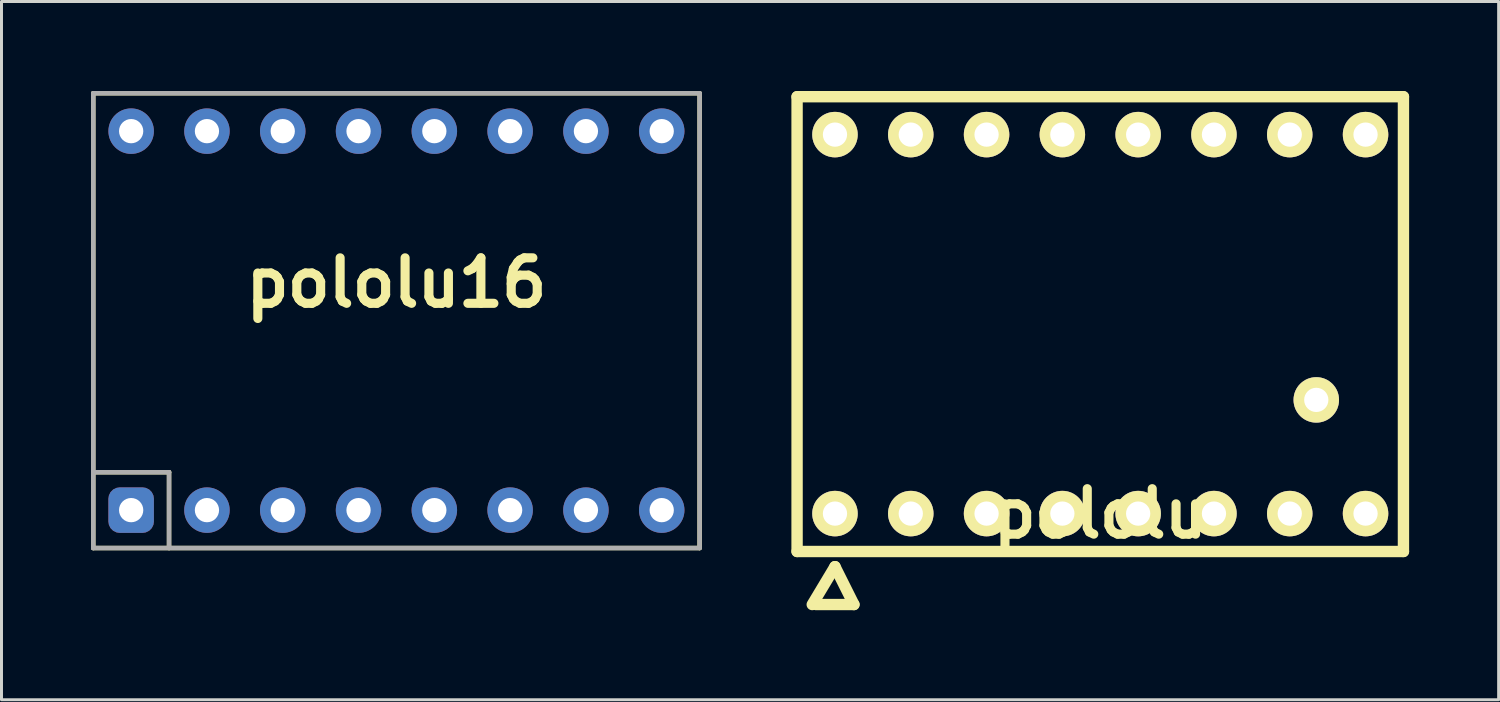
<source format=kicad_pcb>
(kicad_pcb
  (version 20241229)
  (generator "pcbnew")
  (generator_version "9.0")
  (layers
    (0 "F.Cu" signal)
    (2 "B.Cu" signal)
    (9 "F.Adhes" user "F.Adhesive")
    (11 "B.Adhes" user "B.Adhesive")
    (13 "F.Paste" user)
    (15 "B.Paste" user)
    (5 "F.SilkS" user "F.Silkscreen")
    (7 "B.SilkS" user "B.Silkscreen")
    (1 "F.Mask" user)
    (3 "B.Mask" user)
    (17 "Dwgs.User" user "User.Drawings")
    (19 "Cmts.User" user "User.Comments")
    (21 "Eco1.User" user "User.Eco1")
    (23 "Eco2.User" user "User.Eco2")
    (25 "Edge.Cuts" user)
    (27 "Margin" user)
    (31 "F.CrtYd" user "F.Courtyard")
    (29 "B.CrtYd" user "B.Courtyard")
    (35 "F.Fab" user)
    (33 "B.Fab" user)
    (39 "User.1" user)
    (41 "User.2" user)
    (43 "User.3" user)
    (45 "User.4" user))
  (footprint "pololu16"
    (layer "F.Cu")
    (at 10.235 7.695)
    (property "Reference" "pololu16" (at 0 -1.27 0) (layer "F.SilkS") (effects (font (size 1.524 1.524) (thickness 0.305))))
    (attr through_hole)
    (fp_line (start -10.16 -7.62) (end 10.16 -7.62) (stroke (width 0.15) (type solid)) (layer "F.SilkS"))
    (fp_line (start -10.16 5.08) (end -7.62 5.08) (stroke (width 0.15) (type solid)) (layer "F.SilkS"))
    (fp_line (start -10.16 7.62) (end -10.16 -7.62) (stroke (width 0.15) (type solid)) (layer "F.SilkS"))
    (fp_line (start -7.62 5.08) (end -7.62 7.62) (stroke (width 0.15) (type solid)) (layer "F.SilkS"))
    (fp_line (start 10.16 -7.62) (end 10.16 7.62) (stroke (width 0.15) (type solid)) (layer "F.SilkS"))
    (fp_line (start 10.16 7.62) (end -10.16 7.62) (stroke (width 0.15) (type solid)) (layer "F.SilkS"))
    (fp_line (start -10.16 -7.62) (end 10.16 -7.62) (stroke (width 0.15) (type solid)) (layer "F.Fab"))
    (fp_line (start -10.16 5.08) (end -7.62 5.08) (stroke (width 0.15) (type solid)) (layer "F.Fab"))
    (fp_line (start -10.16 7.62) (end -10.16 -7.62) (stroke (width 0.15) (type solid)) (layer "F.Fab"))
    (fp_line (start -7.62 5.08) (end -7.62 7.62) (stroke (width 0.15) (type solid)) (layer "F.Fab"))
    (fp_line (start 10.16 -7.62) (end 10.16 7.62) (stroke (width 0.15) (type solid)) (layer "F.Fab"))
    (fp_line (start 10.16 7.62) (end -10.16 7.62) (stroke (width 0.15) (type solid)) (layer "F.Fab"))
    (pad "1" thru_hole roundrect (at -8.89 6.35) (size 1.524 1.524) (drill 0.813) (layers "*.Cu" "*.Mask") (roundrect_rratio 0.25))
    (pad "2" thru_hole circle (at -6.35 6.35) (size 1.524 1.524) (drill 0.813) (layers "*.Cu" "*.Mask"))
    (pad "3" thru_hole circle (at -3.81 6.35) (size 1.524 1.524) (drill 0.813) (layers "*.Cu" "*.Mask"))
    (pad "4" thru_hole circle (at -1.27 6.35) (size 1.524 1.524) (drill 0.813) (layers "*.Cu" "*.Mask"))
    (pad "5" thru_hole circle (at 1.27 6.35) (size 1.524 1.524) (drill 0.813) (layers "*.Cu" "*.Mask"))
    (pad "6" thru_hole circle (at 3.81 6.35) (size 1.524 1.524) (drill 0.813) (layers "*.Cu" "*.Mask"))
    (pad "7" thru_hole circle (at 6.35 6.35) (size 1.524 1.524) (drill 0.813) (layers "*.Cu" "*.Mask"))
    (pad "8" thru_hole circle (at 8.89 6.35) (size 1.524 1.524) (drill 0.813) (layers "*.Cu" "*.Mask"))
    (pad "9" thru_hole circle (at 8.89 -6.35) (size 1.524 1.524) (drill 0.813) (layers "*.Cu" "*.Mask"))
    (pad "10" thru_hole circle (at 6.35 -6.35) (size 1.524 1.524) (drill 0.813) (layers "*.Cu" "*.Mask"))
    (pad "11" thru_hole circle (at 3.81 -6.35) (size 1.524 1.524) (drill 0.813) (layers "*.Cu" "*.Mask"))
    (pad "12" thru_hole circle (at 1.27 -6.35) (size 1.524 1.524) (drill 0.813) (layers "*.Cu" "*.Mask"))
    (pad "13" thru_hole circle (at -1.27 -6.35) (size 1.524 1.524) (drill 0.813) (layers "*.Cu" "*.Mask"))
    (pad "14" thru_hole circle (at -3.81 -6.35) (size 1.524 1.524) (drill 0.813) (layers "*.Cu" "*.Mask"))
    (pad "15" thru_hole circle (at -6.35 -6.35) (size 1.524 1.524) (drill 0.813) (layers "*.Cu" "*.Mask"))
    (pad "16" thru_hole circle (at -8.89 -6.35) (size 1.524 1.524) (drill 0.813) (layers "*.Cu" "*.Mask")))
  (footprint "pololu"
    (layer "F.Cu")
    (at 33.821 14.161)
    (property "Reference" "pololu" (at 0 0 0) (layer "F.SilkS") (effects (font (size 1.524 1.524) (thickness 0.305))))
    (attr through_hole)
    (fp_line (start -10.16 -13.97) (end 10.16 -13.97) (stroke (width 0.381) (type solid)) (layer "F.SilkS"))
    (fp_line (start -10.16 1.27) (end -10.16 -13.97) (stroke (width 0.381) (type solid)) (layer "F.SilkS"))
    (fp_line (start -9.652 3.048) (end -8.89 1.778) (stroke (width 0.381) (type solid)) (layer "F.SilkS"))
    (fp_line (start -8.89 1.778) (end -8.255 3.048) (stroke (width 0.381) (type solid)) (layer "F.SilkS"))
    (fp_line (start -8.255 3.048) (end -9.525 3.048) (stroke (width 0.381) (type solid)) (layer "F.SilkS"))
    (fp_line (start 10.16 -13.97) (end 10.16 1.27) (stroke (width 0.381) (type solid)) (layer "F.SilkS"))
    (fp_line (start 10.16 1.27) (end -10.16 1.27) (stroke (width 0.381) (type solid)) (layer "F.SilkS"))
    (pad "1" thru_hole circle (at -8.89 0) (size 1.524 1.524) (drill 0.813) (layers "*.Cu" "*.Mask" "F.SilkS"))
    (pad "2" thru_hole circle (at -6.35 0) (size 1.524 1.524) (drill 0.813) (layers "*.Cu" "*.Mask" "F.SilkS"))
    (pad "3" thru_hole circle (at -3.81 0) (size 1.524 1.524) (drill 0.813) (layers "*.Cu" "*.Mask" "F.SilkS"))
    (pad "4" thru_hole circle (at -1.27 0) (size 1.524 1.524) (drill 0.813) (layers "*.Cu" "*.Mask" "F.SilkS"))
    (pad "5" thru_hole circle (at 1.27 0) (size 1.524 1.524) (drill 0.813) (layers "*.Cu" "*.Mask" "F.SilkS"))
    (pad "6" thru_hole circle (at 3.81 0) (size 1.524 1.524) (drill 0.813) (layers "*.Cu" "*.Mask" "F.SilkS"))
    (pad "7" thru_hole circle (at 6.35 0) (size 1.524 1.524) (drill 0.813) (layers "*.Cu" "*.Mask" "F.SilkS"))
    (pad "8" thru_hole circle (at 8.89 0) (size 1.524 1.524) (drill 0.813) (layers "*.Cu" "*.Mask" "F.SilkS"))
    (pad "9" thru_hole circle (at 8.89 -12.7) (size 1.524 1.524) (drill 0.813) (layers "*.Cu" "*.Mask" "F.SilkS"))
    (pad "10" thru_hole circle (at 6.35 -12.7) (size 1.524 1.524) (drill 0.813) (layers "*.Cu" "*.Mask" "F.SilkS"))
    (pad "11" thru_hole circle (at 3.81 -12.7) (size 1.524 1.524) (drill 0.813) (layers "*.Cu" "*.Mask" "F.SilkS"))
    (pad "12" thru_hole circle (at 1.27 -12.7) (size 1.524 1.524) (drill 0.813) (layers "*.Cu" "*.Mask" "F.SilkS"))
    (pad "13" thru_hole circle (at -1.27 -12.7) (size 1.524 1.524) (drill 0.813) (layers "*.Cu" "*.Mask" "F.SilkS"))
    (pad "14" thru_hole circle (at -3.81 -12.7) (size 1.524 1.524) (drill 0.813) (layers "*.Cu" "*.Mask" "F.SilkS"))
    (pad "15" thru_hole circle (at -6.35 -12.7) (size 1.524 1.524) (drill 0.813) (layers "*.Cu" "*.Mask" "F.SilkS"))
    (pad "16" thru_hole circle (at -8.89 -12.7) (size 1.524 1.524) (drill 0.813) (layers "*.Cu" "*.Mask" "F.SilkS"))
    (pad "17" thru_hole circle (at 7.239 -3.81) (size 1.524 1.524) (drill 0.813) (layers "*.Cu" "*.Mask" "F.SilkS")))
  (gr_rect
    (start -3 -3)
    (end 47.171 20.399)
    (stroke (width 0.1) (type default))
    (fill no)
    (layer "Edge.Cuts")))
</source>
